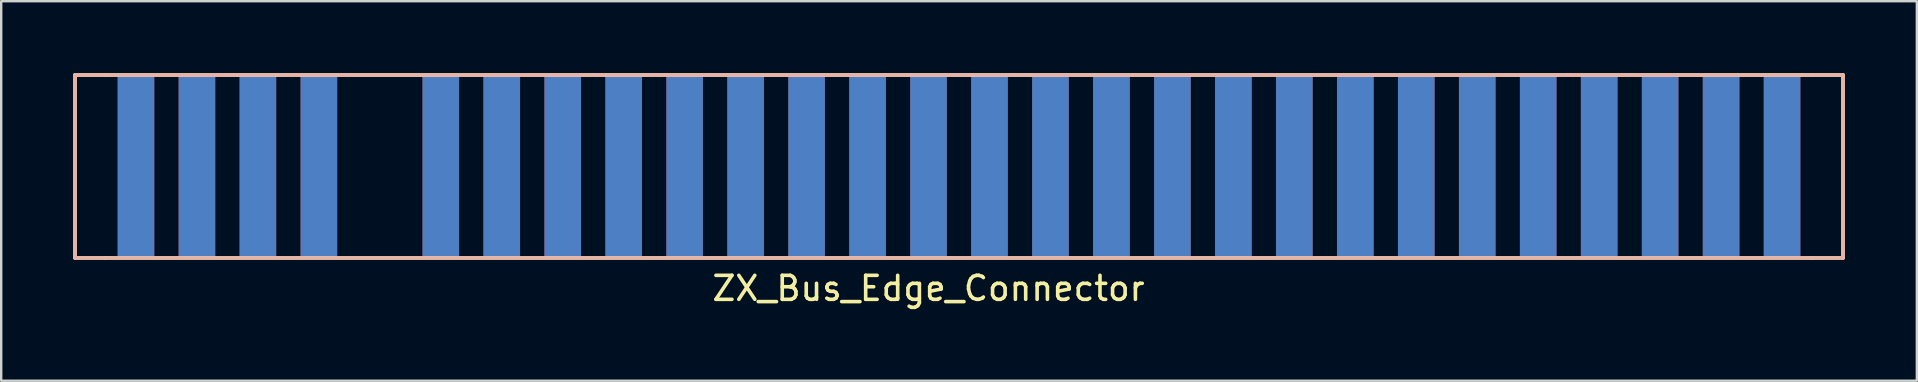
<source format=kicad_pcb>
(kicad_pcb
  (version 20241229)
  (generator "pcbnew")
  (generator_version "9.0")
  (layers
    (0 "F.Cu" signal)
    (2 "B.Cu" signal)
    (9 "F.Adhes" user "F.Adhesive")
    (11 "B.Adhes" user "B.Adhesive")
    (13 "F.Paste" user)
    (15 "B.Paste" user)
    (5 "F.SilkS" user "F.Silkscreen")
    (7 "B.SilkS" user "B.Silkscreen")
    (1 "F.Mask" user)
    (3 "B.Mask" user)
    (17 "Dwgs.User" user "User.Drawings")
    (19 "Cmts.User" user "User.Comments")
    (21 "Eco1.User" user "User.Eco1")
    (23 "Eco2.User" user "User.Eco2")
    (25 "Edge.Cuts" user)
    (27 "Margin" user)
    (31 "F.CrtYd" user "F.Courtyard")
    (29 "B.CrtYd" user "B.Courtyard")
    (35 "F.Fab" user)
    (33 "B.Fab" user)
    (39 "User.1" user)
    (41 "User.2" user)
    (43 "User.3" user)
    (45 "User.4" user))
  (footprint "ZX_Bus_Edge_Connector"
    (layer "F.Cu")
    (at 35.635 3.885)
    (property "Reference" "ZX_Bus_Edge_Connector" (at 0 5.08 0) (layer "F.SilkS") (effects (font (size 1 1) (thickness 0.15))))
    (attr through_hole)
    (fp_line (start -35.56 -3.81) (end -35.56 3.81) (stroke (width 0.15) (type solid)) (layer "F.SilkS"))
    (fp_line (start -34.29 -3.81) (end -35.56 -3.81) (stroke (width 0.15) (type solid)) (layer "F.SilkS"))
    (fp_line (start -34.29 -3.81) (end 36.83 -3.81) (stroke (width 0.15) (type solid)) (layer "F.SilkS"))
    (fp_line (start -34.29 3.81) (end -35.56 3.81) (stroke (width 0.15) (type solid)) (layer "F.SilkS"))
    (fp_line (start 36.83 3.81) (end -34.29 3.81) (stroke (width 0.15) (type solid)) (layer "F.SilkS"))
    (fp_line (start 38.1 -3.81) (end 36.83 -3.81) (stroke (width 0.15) (type solid)) (layer "F.SilkS"))
    (fp_line (start 38.1 -3.81) (end 38.1 3.81) (stroke (width 0.15) (type solid)) (layer "F.SilkS"))
    (fp_line (start 38.1 3.81) (end 36.83 3.81) (stroke (width 0.15) (type solid)) (layer "F.SilkS"))
    (fp_line (start -35.56 -3.81) (end 38.1 -3.81) (stroke (width 0.15) (type solid)) (layer "B.SilkS"))
    (fp_line (start -35.56 3.81) (end -35.56 -3.81) (stroke (width 0.15) (type solid)) (layer "B.SilkS"))
    (fp_line (start 38.1 -3.81) (end 38.1 3.81) (stroke (width 0.15) (type solid)) (layer "B.SilkS"))
    (fp_line (start 38.1 3.81) (end -35.56 3.81) (stroke (width 0.15) (type solid)) (layer "B.SilkS"))
    (pad "A1" smd rect (at -33.02 0) (size 1.524 7.62) (layers "F.Cu" "F.Mask" "F.Paste"))
    (pad "A2" smd rect (at -30.48 0) (size 1.524 7.62) (layers "F.Cu" "F.Mask" "F.Paste"))
    (pad "A3" smd rect (at -27.94 0) (size 1.524 7.62) (layers "F.Cu" "F.Mask" "F.Paste"))
    (pad "A4" smd rect (at -25.4 0) (size 1.524 7.62) (layers "F.Cu" "F.Mask" "F.Paste"))
    (pad "A6" smd rect (at -20.32 0) (size 1.524 7.62) (layers "F.Cu" "F.Mask" "F.Paste"))
    (pad "A7" smd rect (at -17.78 0) (size 1.524 7.62) (layers "F.Cu" "F.Mask" "F.Paste"))
    (pad "A8" smd rect (at -15.24 0) (size 1.524 7.62) (layers "F.Cu" "F.Mask" "F.Paste"))
    (pad "A9" smd rect (at -12.7 0) (size 1.524 7.62) (layers "F.Cu" "F.Mask" "F.Paste"))
    (pad "A10" smd rect (at -10.16 0) (size 1.524 7.62) (layers "F.Cu" "F.Mask" "F.Paste"))
    (pad "A11" smd rect (at -7.62 0) (size 1.524 7.62) (layers "F.Cu" "F.Mask" "F.Paste"))
    (pad "A12" smd rect (at -5.08 0) (size 1.524 7.62) (layers "F.Cu" "F.Mask" "F.Paste"))
    (pad "A13" smd rect (at -2.54 0) (size 1.524 7.62) (layers "F.Cu" "F.Mask" "F.Paste"))
    (pad "A14" smd rect (at 0 0) (size 1.524 7.62) (layers "F.Cu" "F.Mask" "F.Paste"))
    (pad "A15" smd rect (at 2.54 0) (size 1.524 7.62) (layers "F.Cu" "F.Mask" "F.Paste"))
    (pad "A16" smd rect (at 5.08 0) (size 1.524 7.62) (layers "F.Cu" "F.Mask" "F.Paste"))
    (pad "A17" smd rect (at 7.62 0) (size 1.524 7.62) (layers "F.Cu" "F.Mask" "F.Paste"))
    (pad "A18" smd rect (at 10.16 0) (size 1.524 7.62) (layers "F.Cu" "F.Mask" "F.Paste"))
    (pad "A19" smd rect (at 12.7 0) (size 1.524 7.62) (layers "F.Cu" "F.Mask" "F.Paste"))
    (pad "A20" smd rect (at 15.24 0) (size 1.524 7.62) (layers "F.Cu" "F.Mask" "F.Paste"))
    (pad "A21" smd rect (at 17.78 0) (size 1.524 7.62) (layers "F.Cu" "F.Mask" "F.Paste"))
    (pad "A22" smd rect (at 20.32 0) (size 1.524 7.62) (layers "F.Cu" "F.Mask" "F.Paste"))
    (pad "A23" smd rect (at 22.86 0) (size 1.524 7.62) (layers "F.Cu" "F.Mask" "F.Paste"))
    (pad "A24" smd rect (at 25.4 0) (size 1.524 7.62) (layers "F.Cu" "F.Mask" "F.Paste"))
    (pad "A25" smd rect (at 27.94 0) (size 1.524 7.62) (layers "F.Cu" "F.Mask" "F.Paste"))
    (pad "A26" smd rect (at 30.48 0) (size 1.524 7.62) (layers "F.Cu" "F.Mask" "F.Paste"))
    (pad "A27" smd rect (at 33.02 0) (size 1.524 7.62) (layers "F.Cu" "F.Mask" "F.Paste"))
    (pad "A28" smd rect (at 35.56 0) (size 1.524 7.62) (layers "F.Cu" "F.Mask" "F.Paste"))
    (pad "B1" smd rect (at -33.02 0) (size 1.524 7.62) (layers "B.Cu" "B.Mask" "B.Paste"))
    (pad "B2" smd rect (at -30.48 0) (size 1.524 7.62) (layers "B.Cu" "B.Mask" "B.Paste"))
    (pad "B3" smd rect (at -27.94 0) (size 1.524 7.62) (layers "B.Cu" "B.Mask" "B.Paste"))
    (pad "B4" smd rect (at -25.4 0) (size 1.524 7.62) (layers "B.Cu" "B.Mask" "B.Paste"))
    (pad "B6" smd rect (at -20.32 0) (size 1.524 7.62) (layers "B.Cu" "B.Mask" "B.Paste"))
    (pad "B7" smd rect (at -17.78 0) (size 1.524 7.62) (layers "B.Cu" "B.Mask" "B.Paste"))
    (pad "B8" smd rect (at -15.24 0) (size 1.524 7.62) (layers "B.Cu" "B.Mask" "B.Paste"))
    (pad "B9" smd rect (at -12.7 0) (size 1.524 7.62) (layers "B.Cu" "B.Mask" "B.Paste"))
    (pad "B10" smd rect (at -10.16 0) (size 1.524 7.62) (layers "B.Cu" "B.Mask" "B.Paste"))
    (pad "B11" smd rect (at -7.62 0) (size 1.524 7.62) (layers "B.Cu" "B.Mask" "B.Paste"))
    (pad "B12" smd rect (at -5.08 0) (size 1.524 7.62) (layers "B.Cu" "B.Mask" "B.Paste"))
    (pad "B13" smd rect (at -2.54 0) (size 1.524 7.62) (layers "B.Cu" "B.Mask" "B.Paste"))
    (pad "B14" smd rect (at 0 0) (size 1.524 7.62) (layers "B.Cu" "B.Mask" "B.Paste"))
    (pad "B15" smd rect (at 2.54 0) (size 1.524 7.62) (layers "B.Cu" "B.Mask" "B.Paste"))
    (pad "B16" smd rect (at 5.08 0) (size 1.524 7.62) (layers "B.Cu" "B.Mask" "B.Paste"))
    (pad "B17" smd rect (at 7.62 0) (size 1.524 7.62) (layers "B.Cu" "B.Mask" "B.Paste"))
    (pad "B18" smd rect (at 10.16 0) (size 1.524 7.62) (layers "B.Cu" "B.Mask" "B.Paste"))
    (pad "B19" smd rect (at 12.7 0) (size 1.524 7.62) (layers "B.Cu" "B.Mask" "B.Paste"))
    (pad "B20" smd rect (at 15.24 0) (size 1.524 7.62) (layers "B.Cu" "B.Mask" "B.Paste"))
    (pad "B21" smd rect (at 17.78 0) (size 1.524 7.62) (layers "B.Cu" "B.Mask" "B.Paste"))
    (pad "B22" smd rect (at 20.32 0) (size 1.524 7.62) (layers "B.Cu" "B.Mask" "B.Paste"))
    (pad "B23" smd rect (at 22.86 0) (size 1.524 7.62) (layers "B.Cu" "B.Mask" "B.Paste"))
    (pad "B24" smd rect (at 25.4 0) (size 1.524 7.62) (layers "B.Cu" "B.Mask" "B.Paste"))
    (pad "B25" smd rect (at 27.94 0) (size 1.524 7.62) (layers "B.Cu" "B.Mask" "B.Paste"))
    (pad "B26" smd rect (at 30.48 0) (size 1.524 7.62) (layers "B.Cu" "B.Mask" "B.Paste"))
    (pad "B27" smd rect (at 33.02 0) (size 1.524 7.62) (layers "B.Cu" "B.Mask" "B.Paste"))
    (pad "B28" smd rect (at 35.56 0) (size 1.524 7.62) (layers "B.Cu" "B.Mask" "B.Paste")))
  (gr_rect
    (start -3 -3)
    (end 76.81 12.813)
    (stroke (width 0.1) (type default))
    (fill no)
    (layer "Edge.Cuts")))
</source>
